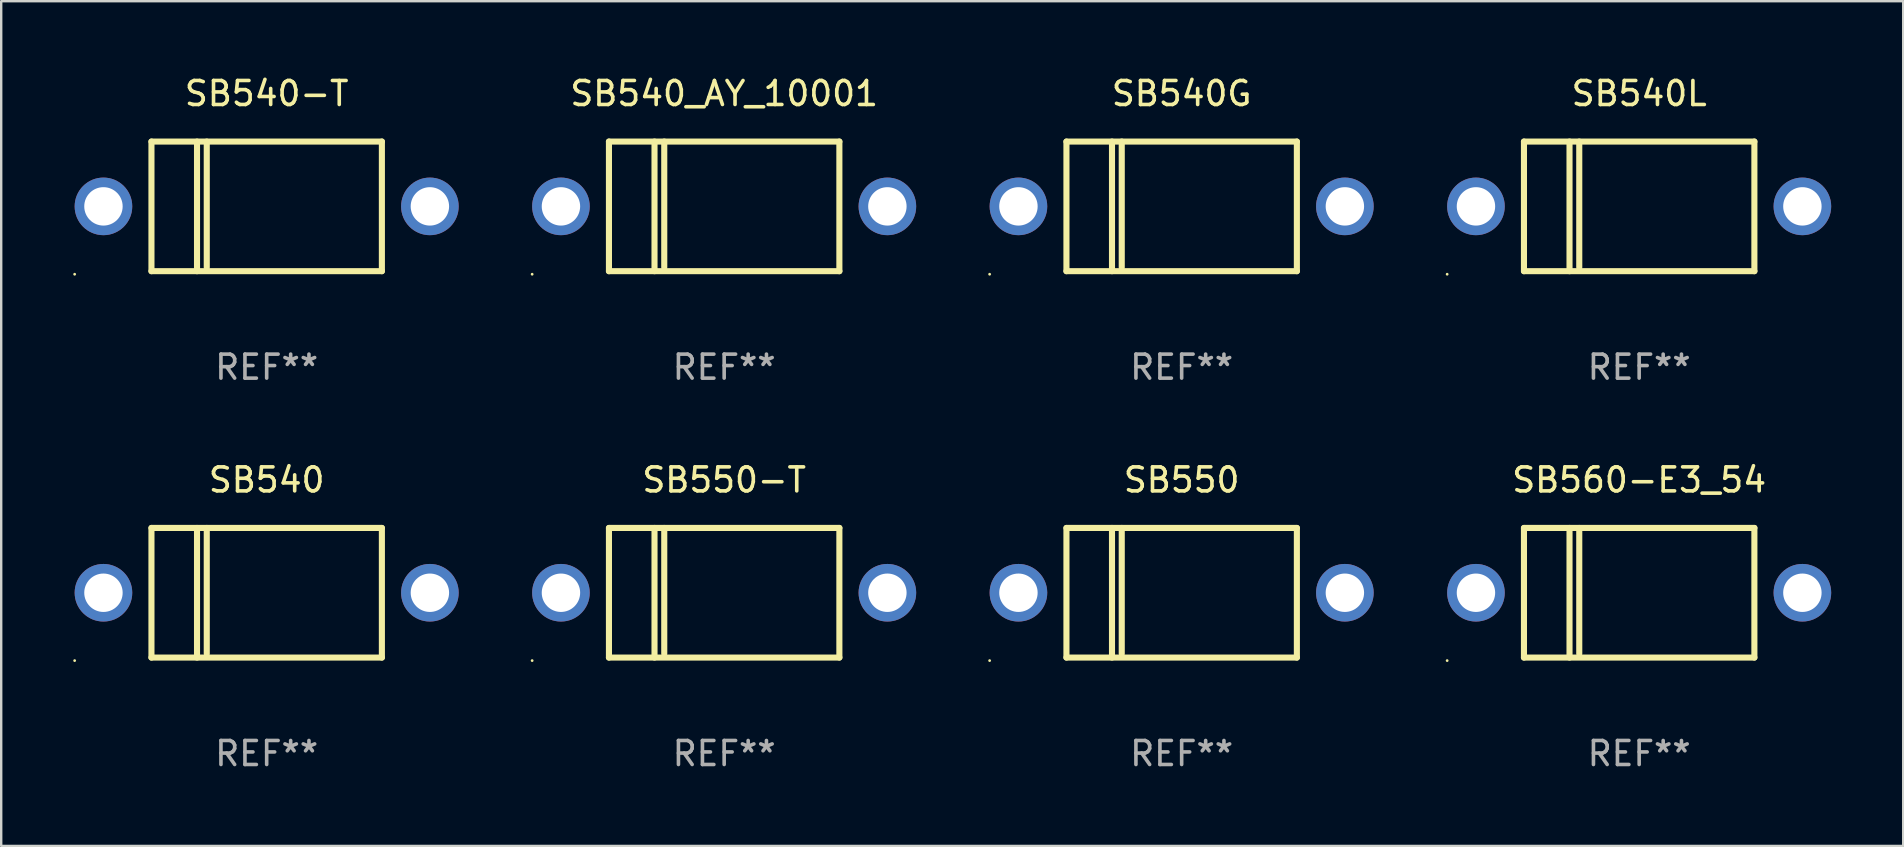
<source format=kicad_pcb>
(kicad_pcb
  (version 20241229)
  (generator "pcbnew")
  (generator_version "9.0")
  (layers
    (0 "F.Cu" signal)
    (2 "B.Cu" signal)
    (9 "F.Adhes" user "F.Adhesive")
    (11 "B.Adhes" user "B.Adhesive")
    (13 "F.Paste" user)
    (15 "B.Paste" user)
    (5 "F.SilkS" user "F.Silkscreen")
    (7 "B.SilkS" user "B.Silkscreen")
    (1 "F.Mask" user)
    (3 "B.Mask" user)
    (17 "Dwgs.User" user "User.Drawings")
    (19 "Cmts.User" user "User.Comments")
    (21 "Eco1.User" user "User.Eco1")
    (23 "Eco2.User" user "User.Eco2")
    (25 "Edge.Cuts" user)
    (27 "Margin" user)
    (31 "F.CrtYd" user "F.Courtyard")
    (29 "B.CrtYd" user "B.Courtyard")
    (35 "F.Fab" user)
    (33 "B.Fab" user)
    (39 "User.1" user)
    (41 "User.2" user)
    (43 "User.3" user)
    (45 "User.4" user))
  (footprint "SB550-T"
    (layer "F.Cu")
    (at 27.12 21.645)
    (property "Reference" "SB550-T" (at 0 -4.7 0) (layer "F.SilkS") (effects (font (size 1 1) (thickness 0.15))))
    (attr through_hole)
    (fp_line (start -4.8 -2.7) (end -4.8 2.7) (stroke (width 0.254) (type solid)) (layer "F.SilkS"))
    (fp_line (start -4.8 -2.7) (end 4.8 -2.7) (stroke (width 0.254) (type solid)) (layer "F.SilkS"))
    (fp_line (start -2.902 -2.7) (end -2.902 2.7) (stroke (width 0.254) (type solid)) (layer "F.SilkS"))
    (fp_line (start -2.496 -2.7) (end -2.496 2.54) (stroke (width 0.254) (type solid)) (layer "F.SilkS"))
    (fp_line (start 4.8 -2.7) (end 4.8 2.7) (stroke (width 0.254) (type solid)) (layer "F.SilkS"))
    (fp_line (start 4.8 2.7) (end -4.8 2.7) (stroke (width 0.254) (type solid)) (layer "F.SilkS"))
    (fp_circle (center -8 2.827) (end -7.97 2.827) (stroke (width 0.06) (type solid)) (fill no) (layer "F.SilkS"))
    (fp_text user "REF**" (at 0 6.7 0) (layer "F.Fab") (effects (font (size 1 1) (thickness 0.15))))
    (pad "1" thru_hole circle (at -6.8 0) (size 2.4 2.4) (drill 1.6) (layers "*.Cu" "*.Mask"))
    (pad "2" thru_hole circle (at 6.8 0) (size 2.4 2.4) (drill 1.6) (layers "*.Cu" "*.Mask")))
  (footprint "SB560-E3_54"
    (layer "F.Cu")
    (at 65.241 21.645)
    (property "Reference" "SB560-E3_54" (at 0 -4.7 0) (layer "F.SilkS") (effects (font (size 1 1) (thickness 0.15))))
    (attr through_hole)
    (fp_line (start -4.8 -2.7) (end -4.8 2.7) (stroke (width 0.254) (type solid)) (layer "F.SilkS"))
    (fp_line (start -4.8 -2.7) (end 4.8 -2.7) (stroke (width 0.254) (type solid)) (layer "F.SilkS"))
    (fp_line (start -2.902 -2.7) (end -2.902 2.7) (stroke (width 0.254) (type solid)) (layer "F.SilkS"))
    (fp_line (start -2.496 -2.7) (end -2.496 2.54) (stroke (width 0.254) (type solid)) (layer "F.SilkS"))
    (fp_line (start 4.8 -2.7) (end 4.8 2.7) (stroke (width 0.254) (type solid)) (layer "F.SilkS"))
    (fp_line (start 4.8 2.7) (end -4.8 2.7) (stroke (width 0.254) (type solid)) (layer "F.SilkS"))
    (fp_circle (center -8 2.827) (end -7.97 2.827) (stroke (width 0.06) (type solid)) (fill no) (layer "F.SilkS"))
    (fp_text user "REF**" (at 0 6.7 0) (layer "F.Fab") (effects (font (size 1 1) (thickness 0.15))))
    (pad "1" thru_hole circle (at -6.8 0) (size 2.4 2.4) (drill 1.6) (layers "*.Cu" "*.Mask"))
    (pad "2" thru_hole circle (at 6.8 0) (size 2.4 2.4) (drill 1.6) (layers "*.Cu" "*.Mask")))
  (footprint "SB540_AY_10001"
    (layer "F.Cu")
    (at 27.12 5.548)
    (property "Reference" "SB540_AY_10001" (at 0 -4.7 0) (layer "F.SilkS") (effects (font (size 1 1) (thickness 0.15))))
    (attr through_hole)
    (fp_line (start -4.8 -2.7) (end -4.8 2.7) (stroke (width 0.254) (type solid)) (layer "F.SilkS"))
    (fp_line (start -4.8 -2.7) (end 4.8 -2.7) (stroke (width 0.254) (type solid)) (layer "F.SilkS"))
    (fp_line (start -2.902 -2.7) (end -2.902 2.7) (stroke (width 0.254) (type solid)) (layer "F.SilkS"))
    (fp_line (start -2.496 -2.7) (end -2.496 2.54) (stroke (width 0.254) (type solid)) (layer "F.SilkS"))
    (fp_line (start 4.8 -2.7) (end 4.8 2.7) (stroke (width 0.254) (type solid)) (layer "F.SilkS"))
    (fp_line (start 4.8 2.7) (end -4.8 2.7) (stroke (width 0.254) (type solid)) (layer "F.SilkS"))
    (fp_circle (center -8 2.827) (end -7.97 2.827) (stroke (width 0.06) (type solid)) (fill no) (layer "F.SilkS"))
    (fp_text user "REF**" (at 0 6.7 0) (layer "F.Fab") (effects (font (size 1 1) (thickness 0.15))))
    (pad "1" thru_hole circle (at -6.8 0) (size 2.4 2.4) (drill 1.6) (layers "*.Cu" "*.Mask"))
    (pad "2" thru_hole circle (at 6.8 0) (size 2.4 2.4) (drill 1.6) (layers "*.Cu" "*.Mask")))
  (footprint "SB550"
    (layer "F.Cu")
    (at 46.18 21.645)
    (property "Reference" "SB550" (at 0 -4.7 0) (layer "F.SilkS") (effects (font (size 1 1) (thickness 0.15))))
    (attr through_hole)
    (fp_line (start -4.8 -2.7) (end -4.8 2.7) (stroke (width 0.254) (type solid)) (layer "F.SilkS"))
    (fp_line (start -4.8 -2.7) (end 4.8 -2.7) (stroke (width 0.254) (type solid)) (layer "F.SilkS"))
    (fp_line (start -2.902 -2.7) (end -2.902 2.7) (stroke (width 0.254) (type solid)) (layer "F.SilkS"))
    (fp_line (start -2.496 -2.7) (end -2.496 2.54) (stroke (width 0.254) (type solid)) (layer "F.SilkS"))
    (fp_line (start 4.8 -2.7) (end 4.8 2.7) (stroke (width 0.254) (type solid)) (layer "F.SilkS"))
    (fp_line (start 4.8 2.7) (end -4.8 2.7) (stroke (width 0.254) (type solid)) (layer "F.SilkS"))
    (fp_circle (center -8 2.827) (end -7.97 2.827) (stroke (width 0.06) (type solid)) (fill no) (layer "F.SilkS"))
    (fp_text user "REF**" (at 0 6.7 0) (layer "F.Fab") (effects (font (size 1 1) (thickness 0.15))))
    (pad "1" thru_hole circle (at -6.8 0) (size 2.4 2.4) (drill 1.6) (layers "*.Cu" "*.Mask"))
    (pad "2" thru_hole circle (at 6.8 0) (size 2.4 2.4) (drill 1.6) (layers "*.Cu" "*.Mask")))
  (footprint "SB540L"
    (layer "F.Cu")
    (at 65.241 5.548)
    (property "Reference" "SB540L" (at 0 -4.7 0) (layer "F.SilkS") (effects (font (size 1 1) (thickness 0.15))))
    (attr through_hole)
    (fp_line (start -4.8 -2.7) (end -4.8 2.7) (stroke (width 0.254) (type solid)) (layer "F.SilkS"))
    (fp_line (start -4.8 -2.7) (end 4.8 -2.7) (stroke (width 0.254) (type solid)) (layer "F.SilkS"))
    (fp_line (start -2.902 -2.7) (end -2.902 2.7) (stroke (width 0.254) (type solid)) (layer "F.SilkS"))
    (fp_line (start -2.496 -2.7) (end -2.496 2.54) (stroke (width 0.254) (type solid)) (layer "F.SilkS"))
    (fp_line (start 4.8 -2.7) (end 4.8 2.7) (stroke (width 0.254) (type solid)) (layer "F.SilkS"))
    (fp_line (start 4.8 2.7) (end -4.8 2.7) (stroke (width 0.254) (type solid)) (layer "F.SilkS"))
    (fp_circle (center -8 2.827) (end -7.97 2.827) (stroke (width 0.06) (type solid)) (fill no) (layer "F.SilkS"))
    (fp_text user "REF**" (at 0 6.7 0) (layer "F.Fab") (effects (font (size 1 1) (thickness 0.15))))
    (pad "1" thru_hole circle (at -6.8 0) (size 2.4 2.4) (drill 1.6) (layers "*.Cu" "*.Mask"))
    (pad "2" thru_hole circle (at 6.8 0) (size 2.4 2.4) (drill 1.6) (layers "*.Cu" "*.Mask")))
  (footprint "SB540"
    (layer "F.Cu")
    (at 8.06 21.645)
    (property "Reference" "SB540" (at 0 -4.7 0) (layer "F.SilkS") (effects (font (size 1 1) (thickness 0.15))))
    (attr through_hole)
    (fp_line (start -4.8 -2.7) (end -4.8 2.7) (stroke (width 0.254) (type solid)) (layer "F.SilkS"))
    (fp_line (start -4.8 -2.7) (end 4.8 -2.7) (stroke (width 0.254) (type solid)) (layer "F.SilkS"))
    (fp_line (start -2.902 -2.7) (end -2.902 2.7) (stroke (width 0.254) (type solid)) (layer "F.SilkS"))
    (fp_line (start -2.496 -2.7) (end -2.496 2.54) (stroke (width 0.254) (type solid)) (layer "F.SilkS"))
    (fp_line (start 4.8 -2.7) (end 4.8 2.7) (stroke (width 0.254) (type solid)) (layer "F.SilkS"))
    (fp_line (start 4.8 2.7) (end -4.8 2.7) (stroke (width 0.254) (type solid)) (layer "F.SilkS"))
    (fp_circle (center -8 2.827) (end -7.97 2.827) (stroke (width 0.06) (type solid)) (fill no) (layer "F.SilkS"))
    (fp_text user "REF**" (at 0 6.7 0) (layer "F.Fab") (effects (font (size 1 1) (thickness 0.15))))
    (pad "1" thru_hole circle (at -6.8 0) (size 2.4 2.4) (drill 1.6) (layers "*.Cu" "*.Mask"))
    (pad "2" thru_hole circle (at 6.8 0) (size 2.4 2.4) (drill 1.6) (layers "*.Cu" "*.Mask")))
  (footprint "SB540G"
    (layer "F.Cu")
    (at 46.18 5.548)
    (property "Reference" "SB540G" (at 0 -4.7 0) (layer "F.SilkS") (effects (font (size 1 1) (thickness 0.15))))
    (attr through_hole)
    (fp_line (start -4.8 -2.7) (end -4.8 2.7) (stroke (width 0.254) (type solid)) (layer "F.SilkS"))
    (fp_line (start -4.8 -2.7) (end 4.8 -2.7) (stroke (width 0.254) (type solid)) (layer "F.SilkS"))
    (fp_line (start -2.902 -2.7) (end -2.902 2.7) (stroke (width 0.254) (type solid)) (layer "F.SilkS"))
    (fp_line (start -2.496 -2.7) (end -2.496 2.54) (stroke (width 0.254) (type solid)) (layer "F.SilkS"))
    (fp_line (start 4.8 -2.7) (end 4.8 2.7) (stroke (width 0.254) (type solid)) (layer "F.SilkS"))
    (fp_line (start 4.8 2.7) (end -4.8 2.7) (stroke (width 0.254) (type solid)) (layer "F.SilkS"))
    (fp_circle (center -8 2.827) (end -7.97 2.827) (stroke (width 0.06) (type solid)) (fill no) (layer "F.SilkS"))
    (fp_text user "REF**" (at 0 6.7 0) (layer "F.Fab") (effects (font (size 1 1) (thickness 0.15))))
    (pad "1" thru_hole circle (at -6.8 0) (size 2.4 2.4) (drill 1.6) (layers "*.Cu" "*.Mask"))
    (pad "2" thru_hole circle (at 6.8 0) (size 2.4 2.4) (drill 1.6) (layers "*.Cu" "*.Mask")))
  (footprint "SB540-T"
    (layer "F.Cu")
    (at 8.06 5.548)
    (property "Reference" "SB540-T" (at 0 -4.7 0) (layer "F.SilkS") (effects (font (size 1 1) (thickness 0.15))))
    (attr through_hole)
    (fp_line (start -4.8 -2.7) (end -4.8 2.7) (stroke (width 0.254) (type solid)) (layer "F.SilkS"))
    (fp_line (start -4.8 -2.7) (end 4.8 -2.7) (stroke (width 0.254) (type solid)) (layer "F.SilkS"))
    (fp_line (start -2.902 -2.7) (end -2.902 2.7) (stroke (width 0.254) (type solid)) (layer "F.SilkS"))
    (fp_line (start -2.496 -2.7) (end -2.496 2.54) (stroke (width 0.254) (type solid)) (layer "F.SilkS"))
    (fp_line (start 4.8 -2.7) (end 4.8 2.7) (stroke (width 0.254) (type solid)) (layer "F.SilkS"))
    (fp_line (start 4.8 2.7) (end -4.8 2.7) (stroke (width 0.254) (type solid)) (layer "F.SilkS"))
    (fp_circle (center -8 2.827) (end -7.97 2.827) (stroke (width 0.06) (type solid)) (fill no) (layer "F.SilkS"))
    (fp_text user "REF**" (at 0 6.7 0) (layer "F.Fab") (effects (font (size 1 1) (thickness 0.15))))
    (pad "1" thru_hole circle (at -6.8 0) (size 2.4 2.4) (drill 1.6) (layers "*.Cu" "*.Mask"))
    (pad "2" thru_hole circle (at 6.8 0) (size 2.4 2.4) (drill 1.6) (layers "*.Cu" "*.Mask")))
  (gr_rect
    (start -3 -3)
    (end 76.241 32.193)
    (stroke (width 0.1) (type default))
    (fill no)
    (layer "Edge.Cuts")))
</source>
